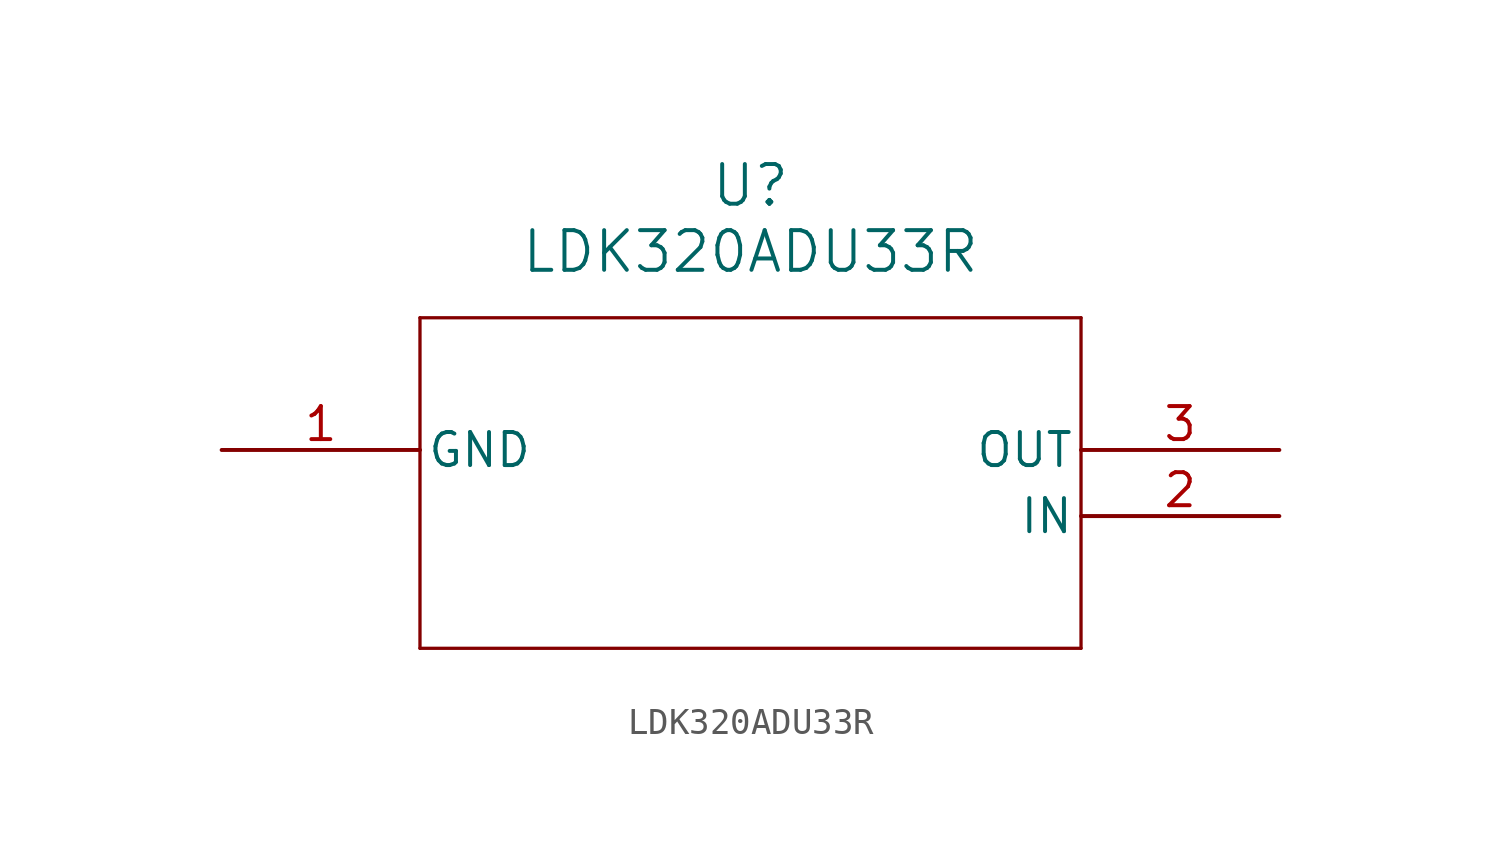
<source format=kicad_sym>
(kicad_symbol_lib
  (version 20211014)
  (generator kicad_symbol_editor)
  (symbol "LDK320ADU33R"
    (pin_names
      (offset 0.254))
    (property "Reference" "U"
      (at 20.32 10.16 0)
      (effects (font (size 1.524 1.524))))
    (property "Value" "LDK320ADU33R"
      (at 20.32 7.62 0)
      (effects (font (size 1.524 1.524))))
    (symbol "LDK320ADU33R_0_1"
      (polyline (pts (xy 7.62 5.08) (xy 7.62 -7.62)) (stroke (width 0.127) (type default) (color 0 0 0 0)) (fill (type none)))
      (polyline (pts (xy 7.62 -7.62) (xy 33.02 -7.62)) (stroke (width 0.127) (type default) (color 0 0 0 0)) (fill (type none)))
      (polyline (pts (xy 33.02 -7.62) (xy 33.02 5.08)) (stroke (width 0.127) (type default) (color 0 0 0 0)) (fill (type none)))
      (polyline (pts (xy 33.02 5.08) (xy 7.62 5.08)) (stroke (width 0.127) (type default) (color 0 0 0 0)) (fill (type none)))
      (pin power_out line (at 0 0 0) (length 7.62) (name "GND" (effects (font (size 1.27 1.27)))) (number "1" (effects (font (size 1.27 1.27)))))
      (pin input line (at 40.64 -2.54 180) (length 7.62) (name "IN" (effects (font (size 1.27 1.27)))) (number "2" (effects (font (size 1.27 1.27)))))
      (pin output line (at 40.64 0 180) (length 7.62) (name "OUT" (effects (font (size 1.27 1.27)))) (number "3" (effects (font (size 1.27 1.27))))))))
</source>
